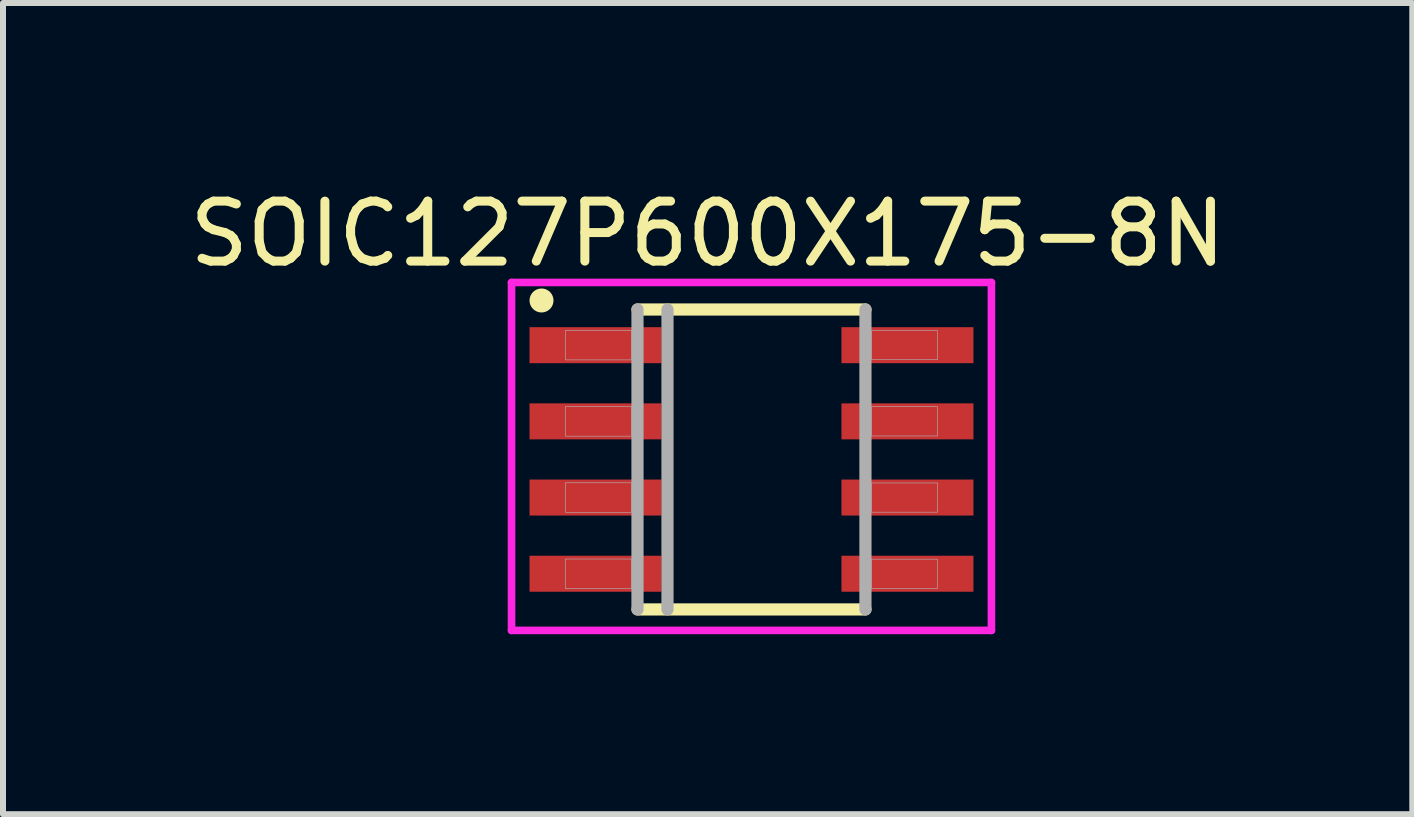
<source format=kicad_pcb>
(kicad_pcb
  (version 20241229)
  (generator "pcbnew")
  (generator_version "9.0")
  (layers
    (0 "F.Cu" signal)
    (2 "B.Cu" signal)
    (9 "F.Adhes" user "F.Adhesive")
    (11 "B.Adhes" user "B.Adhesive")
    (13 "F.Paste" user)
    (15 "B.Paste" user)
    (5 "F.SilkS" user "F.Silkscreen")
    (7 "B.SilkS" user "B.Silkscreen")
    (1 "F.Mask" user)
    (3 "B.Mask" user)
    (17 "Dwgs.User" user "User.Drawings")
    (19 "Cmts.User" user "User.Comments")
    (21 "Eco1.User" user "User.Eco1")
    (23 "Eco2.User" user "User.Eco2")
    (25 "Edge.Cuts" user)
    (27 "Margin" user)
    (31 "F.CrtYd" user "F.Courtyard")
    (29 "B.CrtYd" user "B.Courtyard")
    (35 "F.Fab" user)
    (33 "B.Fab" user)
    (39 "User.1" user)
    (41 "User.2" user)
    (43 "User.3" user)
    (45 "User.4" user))
  (footprint "SOIC127P600X175-8N"
    (layer "F.Cu")
    (at 9.477 4.609)
    (property "Reference" "SOIC127P600X175-8N" (at -0.73 -3.761 0) (layer "F.SilkS") (effects (font (size 1 1) (thickness 0.15))))
    (attr smd)
    (fp_line (start -1.9 -2.5) (end 1.9 -2.5) (stroke (width 0.203) (type solid)) (layer "F.SilkS"))
    (fp_line (start 1.9 2.5) (end -1.9 2.5) (stroke (width 0.203) (type solid)) (layer "F.SilkS"))
    (fp_circle (center -3.5 -2.65) (end -3.3 -2.65) (stroke (width 0) (type solid)) (fill yes) (layer "F.SilkS"))
    (fp_line (start -4 -2.95) (end 4 -2.95) (stroke (width 0.127) (type solid)) (layer "F.CrtYd"))
    (fp_line (start -4 2.85) (end -4 -2.95) (stroke (width 0.127) (type solid)) (layer "F.CrtYd"))
    (fp_line (start 4 -2.95) (end 4 2.85) (stroke (width 0.127) (type solid)) (layer "F.CrtYd"))
    (fp_line (start 4 2.85) (end -4 2.85) (stroke (width 0.127) (type solid)) (layer "F.CrtYd"))
    (fp_line (start -1.9 2.5) (end -1.9 -2.5) (stroke (width 0.203) (type solid)) (layer "F.Fab"))
    (fp_line (start -1.4 2.5) (end -1.4 -2.5) (stroke (width 0.203) (type solid)) (layer "F.Fab"))
    (fp_line (start 1.9 -2.5) (end 1.9 2.5) (stroke (width 0.203) (type solid)) (layer "F.Fab"))
    (fp_poly (pts (xy -2.003 -0.883) (xy -2.003 -0.388) (xy -3.102 -0.388) (xy -3.102 -0.883)) (stroke (width 0.01) (type solid)) (fill no) (layer "F.Fab"))
    (fp_poly (pts (xy -2.001 -2.151) (xy -2.001 -1.66) (xy -3.1 -1.66) (xy -3.1 -2.151)) (stroke (width 0.01) (type solid)) (fill no) (layer "F.Fab"))
    (fp_poly (pts (xy -2.001 0.389) (xy -2.001 0.881) (xy -3.101 0.881) (xy -3.101 0.389)) (stroke (width 0.01) (type solid)) (fill no) (layer "F.Fab"))
    (fp_poly (pts (xy -2 1.66) (xy -2 2.153) (xy -3.103 2.153) (xy -3.103 1.66)) (stroke (width 0.01) (type solid)) (fill no) (layer "F.Fab"))
    (fp_poly (pts (xy 3.101 -2.149) (xy 3.101 -1.663) (xy 2.003 -1.663) (xy 2.003 -2.149)) (stroke (width 0.01) (type solid)) (fill no) (layer "F.Fab"))
    (fp_poly (pts (xy 3.101 -0.879) (xy 3.101 -0.391) (xy 2.001 -0.391) (xy 2.001 -0.879)) (stroke (width 0.01) (type solid)) (fill no) (layer "F.Fab"))
    (fp_poly (pts (xy 3.102 1.662) (xy 3.102 2.15) (xy 2 2.15) (xy 2 1.662)) (stroke (width 0.01) (type solid)) (fill no) (layer "F.Fab"))
    (fp_poly (pts (xy 3.103 0.392) (xy 3.103 0.879) (xy 2.001 0.879) (xy 2.001 0.392)) (stroke (width 0.01) (type solid)) (fill no) (layer "F.Fab"))
    (pad "1" smd rect (at -2.6 -1.905) (size 2.2 0.6) (layers "F.Cu" "F.Mask" "F.Paste"))
    (pad "2" smd rect (at -2.6 -0.635) (size 2.2 0.6) (layers "F.Cu" "F.Mask" "F.Paste"))
    (pad "3" smd rect (at -2.6 0.635) (size 2.2 0.6) (layers "F.Cu" "F.Mask" "F.Paste"))
    (pad "4" smd rect (at -2.6 1.905) (size 2.2 0.6) (layers "F.Cu" "F.Mask" "F.Paste"))
    (pad "5" smd rect (at 2.6 1.905) (size 2.2 0.6) (layers "F.Cu" "F.Mask" "F.Paste"))
    (pad "6" smd rect (at 2.6 0.635) (size 2.2 0.6) (layers "F.Cu" "F.Mask" "F.Paste"))
    (pad "7" smd rect (at 2.6 -0.635) (size 2.2 0.6) (layers "F.Cu" "F.Mask" "F.Paste"))
    (pad "8" smd rect (at 2.6 -1.905) (size 2.2 0.6) (layers "F.Cu" "F.Mask" "F.Paste")))
  (gr_rect
    (start -3 -3)
    (end 20.493 10.523)
    (stroke (width 0.1) (type default))
    (fill no)
    (layer "Edge.Cuts")))
</source>
